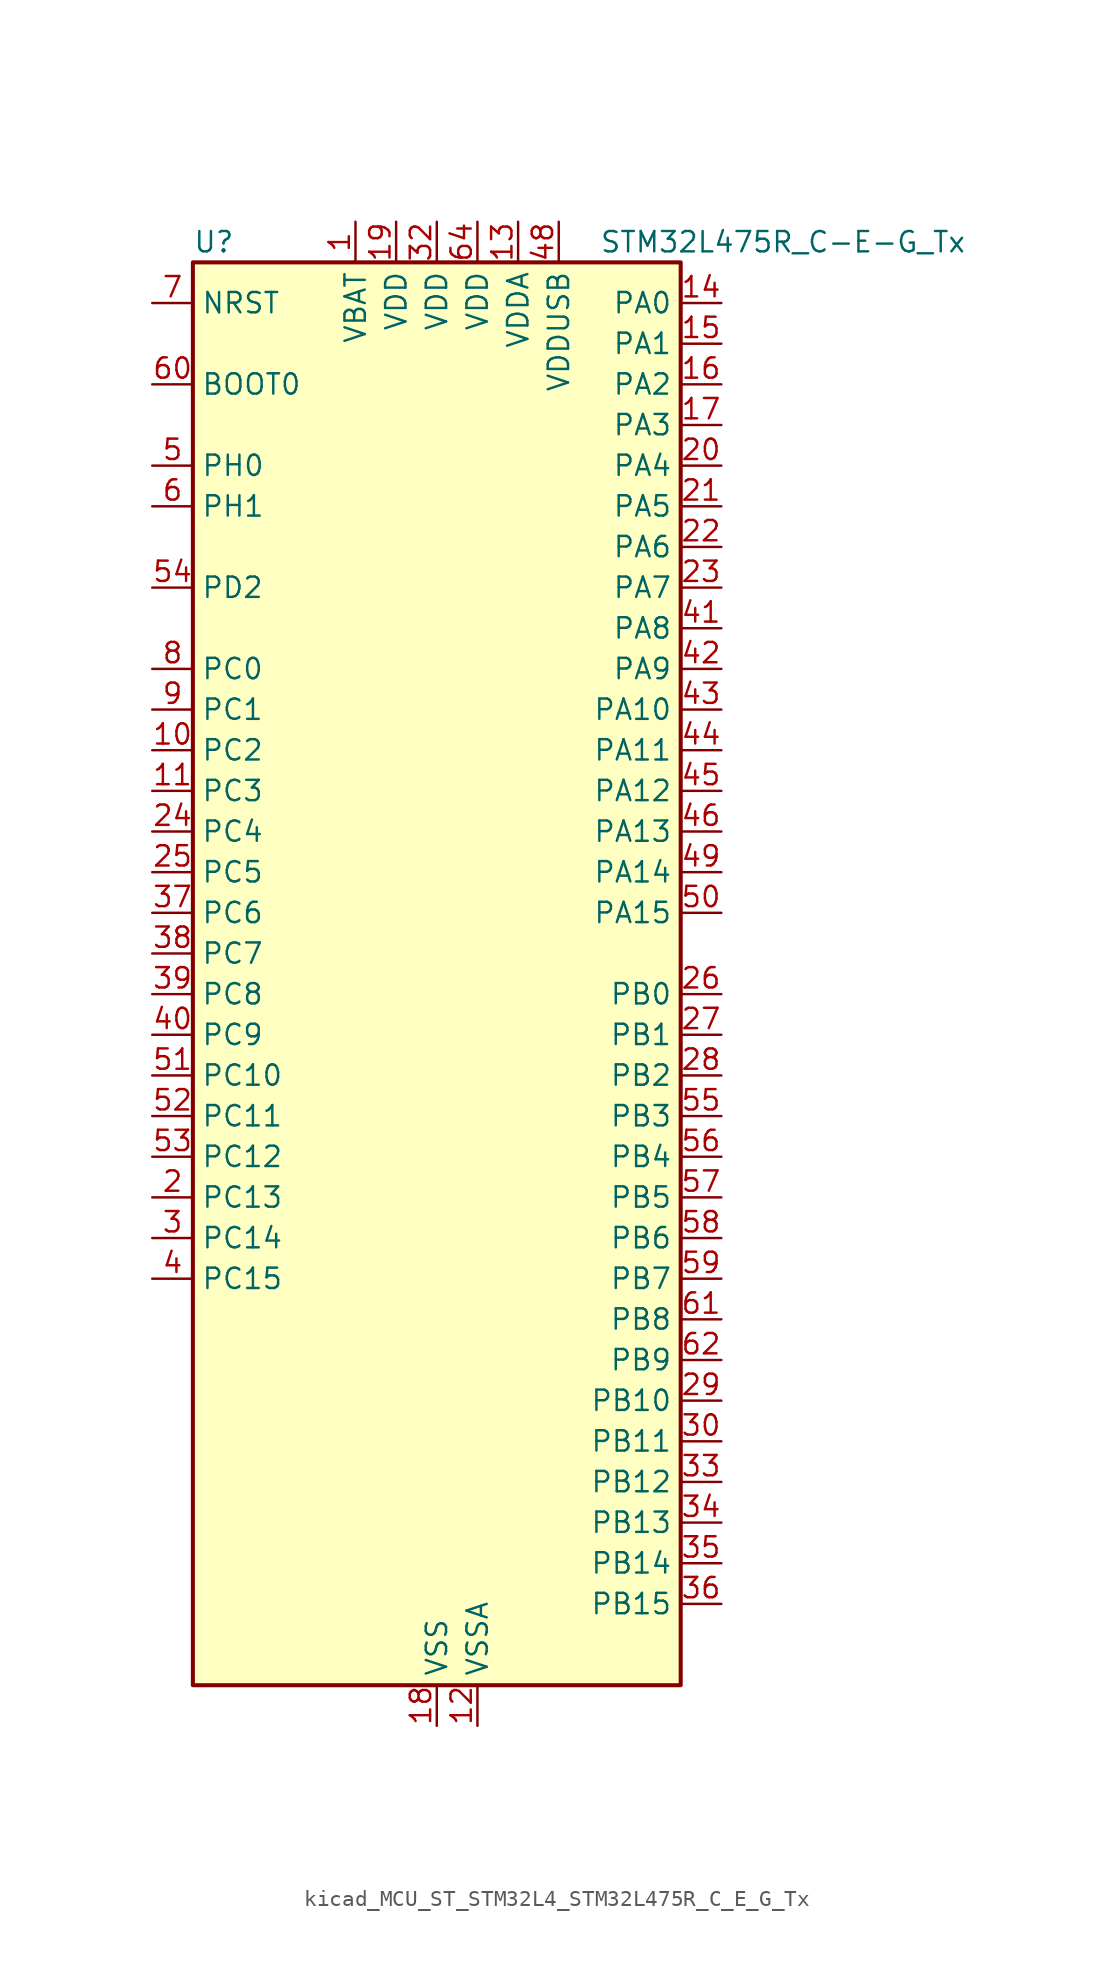
<source format=kicad_sym>
(kicad_symbol_lib
  (version 20220914)
  (generator kicad_symbol_editor)
  (symbol "kicad_MCU_ST_STM32L4_STM32L475R_C_E_G_Tx"
    (property "Reference" "U"
      (at -15.24 46.99 0)
      (effects (font (size 1.27 1.27)) (justify left)))
    (property "Value" "STM32L475R_C-E-G_Tx"
      (at 10.16 46.99 0)
      (effects (font (size 1.27 1.27)) (justify left)))
    (property "ki_locked" ""
      (at 0 0 0)
      (effects (font (size 1.27 1.27))))
    (symbol "kicad_MCU_ST_STM32L4_STM32L475R_C_E_G_Tx_0_1"
      (rectangle (start -15.24 -43.18) (end 15.24 45.72) (stroke (width 0.254) (type default)) (fill (type background))))
    (symbol "kicad_MCU_ST_STM32L4_STM32L475R_C_E_G_Tx_1_1"
      (pin power_in line (at -5.08 48.26 270) (length 2.54) (name "VBAT" (effects (font (size 1.27 1.27)))) (number "1" (effects (font (size 1.27 1.27)))))
      (pin bidirectional line (at -17.78 15.24 0) (length 2.54) (name "PC2" (effects (font (size 1.27 1.27)))) (number "10" (effects (font (size 1.27 1.27)))) (alternate "ADC1_IN3" bidirectional line) (alternate "ADC2_IN3" bidirectional line) (alternate "ADC3_IN3" bidirectional line) (alternate "DFSDM1_CKOUT" bidirectional line) (alternate "LPTIM1_IN2" bidirectional line) (alternate "SPI2_MISO" bidirectional line))
      (pin bidirectional line (at -17.78 12.7 0) (length 2.54) (name "PC3" (effects (font (size 1.27 1.27)))) (number "11" (effects (font (size 1.27 1.27)))) (alternate "ADC1_IN4" bidirectional line) (alternate "ADC2_IN4" bidirectional line) (alternate "ADC3_IN4" bidirectional line) (alternate "LPTIM1_ETR" bidirectional line) (alternate "LPTIM2_ETR" bidirectional line) (alternate "SAI1_SD_A" bidirectional line) (alternate "SPI2_MOSI" bidirectional line))
      (pin power_in line (at 2.54 -45.72 90) (length 2.54) (name "VSSA" (effects (font (size 1.27 1.27)))) (number "12" (effects (font (size 1.27 1.27)))))
      (pin power_in line (at 5.08 48.26 270) (length 2.54) (name "VDDA" (effects (font (size 1.27 1.27)))) (number "13" (effects (font (size 1.27 1.27)))))
      (pin bidirectional line (at 17.78 43.18 180) (length 2.54) (name "PA0" (effects (font (size 1.27 1.27)))) (number "14" (effects (font (size 1.27 1.27)))) (alternate "ADC1_IN5" bidirectional line) (alternate "ADC2_IN5" bidirectional line) (alternate "OPAMP1_VINP" bidirectional line) (alternate "RTC_TAMP2" bidirectional line) (alternate "SAI1_EXTCLK" bidirectional line) (alternate "SYS_WKUP1" bidirectional line) (alternate "TIM2_CH1" bidirectional line) (alternate "TIM2_ETR" bidirectional line) (alternate "TIM5_CH1" bidirectional line) (alternate "TIM8_ETR" bidirectional line) (alternate "UART4_TX" bidirectional line) (alternate "USART2_CTS" bidirectional line))
      (pin bidirectional line (at 17.78 40.64 180) (length 2.54) (name "PA1" (effects (font (size 1.27 1.27)))) (number "15" (effects (font (size 1.27 1.27)))) (alternate "ADC1_IN6" bidirectional line) (alternate "ADC2_IN6" bidirectional line) (alternate "OPAMP1_VINM" bidirectional line) (alternate "TIM15_CH1N" bidirectional line) (alternate "TIM2_CH2" bidirectional line) (alternate "TIM5_CH2" bidirectional line) (alternate "UART4_RX" bidirectional line) (alternate "USART2_DE" bidirectional line) (alternate "USART2_RTS" bidirectional line))
      (pin bidirectional line (at 17.78 38.1 180) (length 2.54) (name "PA2" (effects (font (size 1.27 1.27)))) (number "16" (effects (font (size 1.27 1.27)))) (alternate "ADC1_IN7" bidirectional line) (alternate "ADC2_IN7" bidirectional line) (alternate "RCC_LSCO" bidirectional line) (alternate "SAI2_EXTCLK" bidirectional line) (alternate "SYS_WKUP4" bidirectional line) (alternate "TIM15_CH1" bidirectional line) (alternate "TIM2_CH3" bidirectional line) (alternate "TIM5_CH3" bidirectional line) (alternate "USART2_TX" bidirectional line))
      (pin bidirectional line (at 17.78 35.56 180) (length 2.54) (name "PA3" (effects (font (size 1.27 1.27)))) (number "17" (effects (font (size 1.27 1.27)))) (alternate "ADC1_IN8" bidirectional line) (alternate "ADC2_IN8" bidirectional line) (alternate "OPAMP1_VOUT" bidirectional line) (alternate "TIM15_CH2" bidirectional line) (alternate "TIM2_CH4" bidirectional line) (alternate "TIM5_CH4" bidirectional line) (alternate "USART2_RX" bidirectional line))
      (pin power_in line (at 0 -45.72 90) (length 2.54) (name "VSS" (effects (font (size 1.27 1.27)))) (number "18" (effects (font (size 1.27 1.27)))))
      (pin power_in line (at -2.54 48.26 270) (length 2.54) (name "VDD" (effects (font (size 1.27 1.27)))) (number "19" (effects (font (size 1.27 1.27)))))
      (pin bidirectional line (at -17.78 -12.7 0) (length 2.54) (name "PC13" (effects (font (size 1.27 1.27)))) (number "2" (effects (font (size 1.27 1.27)))) (alternate "RTC_OUT_ALARM" bidirectional line) (alternate "RTC_OUT_CALIB" bidirectional line) (alternate "RTC_TAMP1" bidirectional line) (alternate "RTC_TS" bidirectional line) (alternate "SYS_WKUP2" bidirectional line))
      (pin bidirectional line (at 17.78 33.02 180) (length 2.54) (name "PA4" (effects (font (size 1.27 1.27)))) (number "20" (effects (font (size 1.27 1.27)))) (alternate "ADC1_IN9" bidirectional line) (alternate "ADC2_IN9" bidirectional line) (alternate "DAC1_OUT1" bidirectional line) (alternate "LPTIM2_OUT" bidirectional line) (alternate "SAI1_FS_B" bidirectional line) (alternate "SPI1_NSS" bidirectional line) (alternate "SPI3_NSS" bidirectional line) (alternate "USART2_CK" bidirectional line))
      (pin bidirectional line (at 17.78 30.48 180) (length 2.54) (name "PA5" (effects (font (size 1.27 1.27)))) (number "21" (effects (font (size 1.27 1.27)))) (alternate "ADC1_IN10" bidirectional line) (alternate "ADC2_IN10" bidirectional line) (alternate "DAC1_OUT2" bidirectional line) (alternate "LPTIM2_ETR" bidirectional line) (alternate "SPI1_SCK" bidirectional line) (alternate "TIM2_CH1" bidirectional line) (alternate "TIM2_ETR" bidirectional line) (alternate "TIM8_CH1N" bidirectional line))
      (pin bidirectional line (at 17.78 27.94 180) (length 2.54) (name "PA6" (effects (font (size 1.27 1.27)))) (number "22" (effects (font (size 1.27 1.27)))) (alternate "ADC1_IN11" bidirectional line) (alternate "ADC2_IN11" bidirectional line) (alternate "OPAMP2_VINP" bidirectional line) (alternate "QUADSPI_BK1_IO3" bidirectional line) (alternate "SPI1_MISO" bidirectional line) (alternate "TIM16_CH1" bidirectional line) (alternate "TIM1_BKIN" bidirectional line) (alternate "TIM1_BKIN_COMP2" bidirectional line) (alternate "TIM3_CH1" bidirectional line) (alternate "TIM8_BKIN" bidirectional line) (alternate "TIM8_BKIN_COMP2" bidirectional line) (alternate "USART3_CTS" bidirectional line))
      (pin bidirectional line (at 17.78 25.4 180) (length 2.54) (name "PA7" (effects (font (size 1.27 1.27)))) (number "23" (effects (font (size 1.27 1.27)))) (alternate "ADC1_IN12" bidirectional line) (alternate "ADC2_IN12" bidirectional line) (alternate "OPAMP2_VINM" bidirectional line) (alternate "QUADSPI_BK1_IO2" bidirectional line) (alternate "SPI1_MOSI" bidirectional line) (alternate "TIM17_CH1" bidirectional line) (alternate "TIM1_CH1N" bidirectional line) (alternate "TIM3_CH2" bidirectional line) (alternate "TIM8_CH1N" bidirectional line))
      (pin bidirectional line (at -17.78 10.16 0) (length 2.54) (name "PC4" (effects (font (size 1.27 1.27)))) (number "24" (effects (font (size 1.27 1.27)))) (alternate "ADC1_IN13" bidirectional line) (alternate "ADC2_IN13" bidirectional line) (alternate "COMP1_INM" bidirectional line) (alternate "USART3_TX" bidirectional line))
      (pin bidirectional line (at -17.78 7.62 0) (length 2.54) (name "PC5" (effects (font (size 1.27 1.27)))) (number "25" (effects (font (size 1.27 1.27)))) (alternate "ADC1_IN14" bidirectional line) (alternate "ADC2_IN14" bidirectional line) (alternate "COMP1_INP" bidirectional line) (alternate "SYS_WKUP5" bidirectional line) (alternate "USART3_RX" bidirectional line))
      (pin bidirectional line (at 17.78 0 180) (length 2.54) (name "PB0" (effects (font (size 1.27 1.27)))) (number "26" (effects (font (size 1.27 1.27)))) (alternate "ADC1_IN15" bidirectional line) (alternate "ADC2_IN15" bidirectional line) (alternate "COMP1_OUT" bidirectional line) (alternate "OPAMP2_VOUT" bidirectional line) (alternate "QUADSPI_BK1_IO1" bidirectional line) (alternate "TIM1_CH2N" bidirectional line) (alternate "TIM3_CH3" bidirectional line) (alternate "TIM8_CH2N" bidirectional line) (alternate "USART3_CK" bidirectional line))
      (pin bidirectional line (at 17.78 -2.54 180) (length 2.54) (name "PB1" (effects (font (size 1.27 1.27)))) (number "27" (effects (font (size 1.27 1.27)))) (alternate "ADC1_IN16" bidirectional line) (alternate "ADC2_IN16" bidirectional line) (alternate "COMP1_INM" bidirectional line) (alternate "DFSDM1_DATIN0" bidirectional line) (alternate "LPTIM2_IN1" bidirectional line) (alternate "QUADSPI_BK1_IO0" bidirectional line) (alternate "TIM1_CH3N" bidirectional line) (alternate "TIM3_CH4" bidirectional line) (alternate "TIM8_CH3N" bidirectional line) (alternate "USART3_DE" bidirectional line) (alternate "USART3_RTS" bidirectional line))
      (pin bidirectional line (at 17.78 -5.08 180) (length 2.54) (name "PB2" (effects (font (size 1.27 1.27)))) (number "28" (effects (font (size 1.27 1.27)))) (alternate "COMP1_INP" bidirectional line) (alternate "DFSDM1_CKIN0" bidirectional line) (alternate "I2C3_SMBA" bidirectional line) (alternate "LPTIM1_OUT" bidirectional line) (alternate "RTC_OUT_ALARM" bidirectional line) (alternate "RTC_OUT_CALIB" bidirectional line))
      (pin bidirectional line (at 17.78 -25.4 180) (length 2.54) (name "PB10" (effects (font (size 1.27 1.27)))) (number "29" (effects (font (size 1.27 1.27)))) (alternate "COMP1_OUT" bidirectional line) (alternate "DFSDM1_DATIN7" bidirectional line) (alternate "I2C2_SCL" bidirectional line) (alternate "LPUART1_RX" bidirectional line) (alternate "QUADSPI_CLK" bidirectional line) (alternate "SAI1_SCK_A" bidirectional line) (alternate "SPI2_SCK" bidirectional line) (alternate "TIM2_CH3" bidirectional line) (alternate "USART3_TX" bidirectional line))
      (pin bidirectional line (at -17.78 -15.24 0) (length 2.54) (name "PC14" (effects (font (size 1.27 1.27)))) (number "3" (effects (font (size 1.27 1.27)))) (alternate "RCC_OSC32_IN" bidirectional line))
      (pin bidirectional line (at 17.78 -27.94 180) (length 2.54) (name "PB11" (effects (font (size 1.27 1.27)))) (number "30" (effects (font (size 1.27 1.27)))) (alternate "ADC1_EXTI11" bidirectional line) (alternate "ADC2_EXTI11" bidirectional line) (alternate "ADC3_EXTI11" bidirectional line) (alternate "COMP2_OUT" bidirectional line) (alternate "DFSDM1_CKIN7" bidirectional line) (alternate "I2C2_SDA" bidirectional line) (alternate "LPUART1_TX" bidirectional line) (alternate "QUADSPI_NCS" bidirectional line) (alternate "TIM2_CH4" bidirectional line) (alternate "USART3_RX" bidirectional line))
      (pin passive line (at 0 -45.72 90) (length 2.54) hide (name "VSS" (effects (font (size 1.27 1.27)))) (number "31" (effects (font (size 1.27 1.27)))))
      (pin power_in line (at 0 48.26 270) (length 2.54) (name "VDD" (effects (font (size 1.27 1.27)))) (number "32" (effects (font (size 1.27 1.27)))))
      (pin bidirectional line (at 17.78 -30.48 180) (length 2.54) (name "PB12" (effects (font (size 1.27 1.27)))) (number "33" (effects (font (size 1.27 1.27)))) (alternate "DFSDM1_DATIN1" bidirectional line) (alternate "I2C2_SMBA" bidirectional line) (alternate "LPUART1_DE" bidirectional line) (alternate "LPUART1_RTS" bidirectional line) (alternate "SAI2_FS_A" bidirectional line) (alternate "SPI2_NSS" bidirectional line) (alternate "SWPMI1_IO" bidirectional line) (alternate "TIM15_BKIN" bidirectional line) (alternate "TIM1_BKIN" bidirectional line) (alternate "TIM1_BKIN_COMP2" bidirectional line) (alternate "TSC_G1_IO1" bidirectional line) (alternate "USART3_CK" bidirectional line))
      (pin bidirectional line (at 17.78 -33.02 180) (length 2.54) (name "PB13" (effects (font (size 1.27 1.27)))) (number "34" (effects (font (size 1.27 1.27)))) (alternate "DFSDM1_CKIN1" bidirectional line) (alternate "I2C2_SCL" bidirectional line) (alternate "LPUART1_CTS" bidirectional line) (alternate "SAI2_SCK_A" bidirectional line) (alternate "SPI2_SCK" bidirectional line) (alternate "SWPMI1_TX" bidirectional line) (alternate "TIM15_CH1N" bidirectional line) (alternate "TIM1_CH1N" bidirectional line) (alternate "TSC_G1_IO2" bidirectional line) (alternate "USART3_CTS" bidirectional line))
      (pin bidirectional line (at 17.78 -35.56 180) (length 2.54) (name "PB14" (effects (font (size 1.27 1.27)))) (number "35" (effects (font (size 1.27 1.27)))) (alternate "DFSDM1_DATIN2" bidirectional line) (alternate "I2C2_SDA" bidirectional line) (alternate "SAI2_MCLK_A" bidirectional line) (alternate "SPI2_MISO" bidirectional line) (alternate "SWPMI1_RX" bidirectional line) (alternate "TIM15_CH1" bidirectional line) (alternate "TIM1_CH2N" bidirectional line) (alternate "TIM8_CH2N" bidirectional line) (alternate "TSC_G1_IO3" bidirectional line) (alternate "USART3_DE" bidirectional line) (alternate "USART3_RTS" bidirectional line))
      (pin bidirectional line (at 17.78 -38.1 180) (length 2.54) (name "PB15" (effects (font (size 1.27 1.27)))) (number "36" (effects (font (size 1.27 1.27)))) (alternate "ADC1_EXTI15" bidirectional line) (alternate "ADC2_EXTI15" bidirectional line) (alternate "ADC3_EXTI15" bidirectional line) (alternate "DFSDM1_CKIN2" bidirectional line) (alternate "RTC_REFIN" bidirectional line) (alternate "SAI2_SD_A" bidirectional line) (alternate "SPI2_MOSI" bidirectional line) (alternate "SWPMI1_SUSPEND" bidirectional line) (alternate "TIM15_CH2" bidirectional line) (alternate "TIM1_CH3N" bidirectional line) (alternate "TIM8_CH3N" bidirectional line) (alternate "TSC_G1_IO4" bidirectional line))
      (pin bidirectional line (at -17.78 5.08 0) (length 2.54) (name "PC6" (effects (font (size 1.27 1.27)))) (number "37" (effects (font (size 1.27 1.27)))) (alternate "DFSDM1_CKIN3" bidirectional line) (alternate "SAI2_MCLK_A" bidirectional line) (alternate "SDMMC1_D6" bidirectional line) (alternate "TIM3_CH1" bidirectional line) (alternate "TIM8_CH1" bidirectional line) (alternate "TSC_G4_IO1" bidirectional line))
      (pin bidirectional line (at -17.78 2.54 0) (length 2.54) (name "PC7" (effects (font (size 1.27 1.27)))) (number "38" (effects (font (size 1.27 1.27)))) (alternate "DFSDM1_DATIN3" bidirectional line) (alternate "SAI2_MCLK_B" bidirectional line) (alternate "SDMMC1_D7" bidirectional line) (alternate "TIM3_CH2" bidirectional line) (alternate "TIM8_CH2" bidirectional line) (alternate "TSC_G4_IO2" bidirectional line))
      (pin bidirectional line (at -17.78 0 0) (length 2.54) (name "PC8" (effects (font (size 1.27 1.27)))) (number "39" (effects (font (size 1.27 1.27)))) (alternate "SDMMC1_D0" bidirectional line) (alternate "TIM3_CH3" bidirectional line) (alternate "TIM8_CH3" bidirectional line) (alternate "TSC_G4_IO3" bidirectional line))
      (pin bidirectional line (at -17.78 -17.78 0) (length 2.54) (name "PC15" (effects (font (size 1.27 1.27)))) (number "4" (effects (font (size 1.27 1.27)))) (alternate "ADC1_EXTI15" bidirectional line) (alternate "ADC2_EXTI15" bidirectional line) (alternate "ADC3_EXTI15" bidirectional line) (alternate "RCC_OSC32_OUT" bidirectional line))
      (pin bidirectional line (at -17.78 -2.54 0) (length 2.54) (name "PC9" (effects (font (size 1.27 1.27)))) (number "40" (effects (font (size 1.27 1.27)))) (alternate "DAC1_EXTI9" bidirectional line) (alternate "SAI2_EXTCLK" bidirectional line) (alternate "SDMMC1_D1" bidirectional line) (alternate "TIM3_CH4" bidirectional line) (alternate "TIM8_BKIN2" bidirectional line) (alternate "TIM8_BKIN2_COMP1" bidirectional line) (alternate "TIM8_CH4" bidirectional line) (alternate "TSC_G4_IO4" bidirectional line) (alternate "USB_OTG_FS_NOE" bidirectional line))
      (pin bidirectional line (at 17.78 22.86 180) (length 2.54) (name "PA8" (effects (font (size 1.27 1.27)))) (number "41" (effects (font (size 1.27 1.27)))) (alternate "LPTIM2_OUT" bidirectional line) (alternate "RCC_MCO" bidirectional line) (alternate "TIM1_CH1" bidirectional line) (alternate "USART1_CK" bidirectional line) (alternate "USB_OTG_FS_SOF" bidirectional line))
      (pin bidirectional line (at 17.78 20.32 180) (length 2.54) (name "PA9" (effects (font (size 1.27 1.27)))) (number "42" (effects (font (size 1.27 1.27)))) (alternate "DAC1_EXTI9" bidirectional line) (alternate "TIM15_BKIN" bidirectional line) (alternate "TIM1_CH2" bidirectional line) (alternate "USART1_TX" bidirectional line) (alternate "USB_OTG_FS_VBUS" bidirectional line))
      (pin bidirectional line (at 17.78 17.78 180) (length 2.54) (name "PA10" (effects (font (size 1.27 1.27)))) (number "43" (effects (font (size 1.27 1.27)))) (alternate "TIM17_BKIN" bidirectional line) (alternate "TIM1_CH3" bidirectional line) (alternate "USART1_RX" bidirectional line) (alternate "USB_OTG_FS_ID" bidirectional line))
      (pin bidirectional line (at 17.78 15.24 180) (length 2.54) (name "PA11" (effects (font (size 1.27 1.27)))) (number "44" (effects (font (size 1.27 1.27)))) (alternate "ADC1_EXTI11" bidirectional line) (alternate "ADC2_EXTI11" bidirectional line) (alternate "ADC3_EXTI11" bidirectional line) (alternate "CAN1_RX" bidirectional line) (alternate "TIM1_BKIN2" bidirectional line) (alternate "TIM1_BKIN2_COMP1" bidirectional line) (alternate "TIM1_CH4" bidirectional line) (alternate "USART1_CTS" bidirectional line) (alternate "USB_OTG_FS_DM" bidirectional line))
      (pin bidirectional line (at 17.78 12.7 180) (length 2.54) (name "PA12" (effects (font (size 1.27 1.27)))) (number "45" (effects (font (size 1.27 1.27)))) (alternate "CAN1_TX" bidirectional line) (alternate "TIM1_ETR" bidirectional line) (alternate "USART1_DE" bidirectional line) (alternate "USART1_RTS" bidirectional line) (alternate "USB_OTG_FS_DP" bidirectional line))
      (pin bidirectional line (at 17.78 10.16 180) (length 2.54) (name "PA13" (effects (font (size 1.27 1.27)))) (number "46" (effects (font (size 1.27 1.27)))) (alternate "IR_OUT" bidirectional line) (alternate "SYS_JTMS-SWDIO" bidirectional line) (alternate "USB_OTG_FS_NOE" bidirectional line))
      (pin passive line (at 0 -45.72 90) (length 2.54) hide (name "VSS" (effects (font (size 1.27 1.27)))) (number "47" (effects (font (size 1.27 1.27)))))
      (pin power_in line (at 7.62 48.26 270) (length 2.54) (name "VDDUSB" (effects (font (size 1.27 1.27)))) (number "48" (effects (font (size 1.27 1.27)))))
      (pin bidirectional line (at 17.78 7.62 180) (length 2.54) (name "PA14" (effects (font (size 1.27 1.27)))) (number "49" (effects (font (size 1.27 1.27)))) (alternate "SYS_JTCK-SWCLK" bidirectional line))
      (pin bidirectional line (at -17.78 33.02 0) (length 2.54) (name "PH0" (effects (font (size 1.27 1.27)))) (number "5" (effects (font (size 1.27 1.27)))) (alternate "RCC_OSC_IN" bidirectional line))
      (pin bidirectional line (at 17.78 5.08 180) (length 2.54) (name "PA15" (effects (font (size 1.27 1.27)))) (number "50" (effects (font (size 1.27 1.27)))) (alternate "ADC1_EXTI15" bidirectional line) (alternate "ADC2_EXTI15" bidirectional line) (alternate "ADC3_EXTI15" bidirectional line) (alternate "SAI2_FS_B" bidirectional line) (alternate "SPI1_NSS" bidirectional line) (alternate "SPI3_NSS" bidirectional line) (alternate "SYS_JTDI" bidirectional line) (alternate "TIM2_CH1" bidirectional line) (alternate "TIM2_ETR" bidirectional line) (alternate "TSC_G3_IO1" bidirectional line) (alternate "UART4_DE" bidirectional line) (alternate "UART4_RTS" bidirectional line))
      (pin bidirectional line (at -17.78 -5.08 0) (length 2.54) (name "PC10" (effects (font (size 1.27 1.27)))) (number "51" (effects (font (size 1.27 1.27)))) (alternate "SAI2_SCK_B" bidirectional line) (alternate "SDMMC1_D2" bidirectional line) (alternate "SPI3_SCK" bidirectional line) (alternate "TSC_G3_IO2" bidirectional line) (alternate "UART4_TX" bidirectional line) (alternate "USART3_TX" bidirectional line))
      (pin bidirectional line (at -17.78 -7.62 0) (length 2.54) (name "PC11" (effects (font (size 1.27 1.27)))) (number "52" (effects (font (size 1.27 1.27)))) (alternate "ADC1_EXTI11" bidirectional line) (alternate "ADC2_EXTI11" bidirectional line) (alternate "ADC3_EXTI11" bidirectional line) (alternate "SAI2_MCLK_B" bidirectional line) (alternate "SDMMC1_D3" bidirectional line) (alternate "SPI3_MISO" bidirectional line) (alternate "TSC_G3_IO3" bidirectional line) (alternate "UART4_RX" bidirectional line) (alternate "USART3_RX" bidirectional line))
      (pin bidirectional line (at -17.78 -10.16 0) (length 2.54) (name "PC12" (effects (font (size 1.27 1.27)))) (number "53" (effects (font (size 1.27 1.27)))) (alternate "SAI2_SD_B" bidirectional line) (alternate "SDMMC1_CK" bidirectional line) (alternate "SPI3_MOSI" bidirectional line) (alternate "TSC_G3_IO4" bidirectional line) (alternate "UART5_TX" bidirectional line) (alternate "USART3_CK" bidirectional line))
      (pin bidirectional line (at -17.78 25.4 0) (length 2.54) (name "PD2" (effects (font (size 1.27 1.27)))) (number "54" (effects (font (size 1.27 1.27)))) (alternate "SDMMC1_CMD" bidirectional line) (alternate "TIM3_ETR" bidirectional line) (alternate "TSC_SYNC" bidirectional line) (alternate "UART5_RX" bidirectional line) (alternate "USART3_DE" bidirectional line) (alternate "USART3_RTS" bidirectional line))
      (pin bidirectional line (at 17.78 -7.62 180) (length 2.54) (name "PB3" (effects (font (size 1.27 1.27)))) (number "55" (effects (font (size 1.27 1.27)))) (alternate "COMP2_INM" bidirectional line) (alternate "SAI1_SCK_B" bidirectional line) (alternate "SPI1_SCK" bidirectional line) (alternate "SPI3_SCK" bidirectional line) (alternate "SYS_JTDO-SWO" bidirectional line) (alternate "TIM2_CH2" bidirectional line) (alternate "USART1_DE" bidirectional line) (alternate "USART1_RTS" bidirectional line))
      (pin bidirectional line (at 17.78 -10.16 180) (length 2.54) (name "PB4" (effects (font (size 1.27 1.27)))) (number "56" (effects (font (size 1.27 1.27)))) (alternate "COMP2_INP" bidirectional line) (alternate "SAI1_MCLK_B" bidirectional line) (alternate "SPI1_MISO" bidirectional line) (alternate "SPI3_MISO" bidirectional line) (alternate "SYS_JTRST" bidirectional line) (alternate "TIM17_BKIN" bidirectional line) (alternate "TIM3_CH1" bidirectional line) (alternate "TSC_G2_IO1" bidirectional line) (alternate "UART5_DE" bidirectional line) (alternate "UART5_RTS" bidirectional line) (alternate "USART1_CTS" bidirectional line))
      (pin bidirectional line (at 17.78 -12.7 180) (length 2.54) (name "PB5" (effects (font (size 1.27 1.27)))) (number "57" (effects (font (size 1.27 1.27)))) (alternate "COMP2_OUT" bidirectional line) (alternate "I2C1_SMBA" bidirectional line) (alternate "LPTIM1_IN1" bidirectional line) (alternate "SAI1_SD_B" bidirectional line) (alternate "SPI1_MOSI" bidirectional line) (alternate "SPI3_MOSI" bidirectional line) (alternate "TIM16_BKIN" bidirectional line) (alternate "TIM3_CH2" bidirectional line) (alternate "TSC_G2_IO2" bidirectional line) (alternate "UART5_CTS" bidirectional line) (alternate "USART1_CK" bidirectional line))
      (pin bidirectional line (at 17.78 -15.24 180) (length 2.54) (name "PB6" (effects (font (size 1.27 1.27)))) (number "58" (effects (font (size 1.27 1.27)))) (alternate "COMP2_INP" bidirectional line) (alternate "DFSDM1_DATIN5" bidirectional line) (alternate "I2C1_SCL" bidirectional line) (alternate "LPTIM1_ETR" bidirectional line) (alternate "SAI1_FS_B" bidirectional line) (alternate "TIM16_CH1N" bidirectional line) (alternate "TIM4_CH1" bidirectional line) (alternate "TIM8_BKIN2" bidirectional line) (alternate "TIM8_BKIN2_COMP2" bidirectional line) (alternate "TSC_G2_IO3" bidirectional line) (alternate "USART1_TX" bidirectional line))
      (pin bidirectional line (at 17.78 -17.78 180) (length 2.54) (name "PB7" (effects (font (size 1.27 1.27)))) (number "59" (effects (font (size 1.27 1.27)))) (alternate "COMP2_INM" bidirectional line) (alternate "DFSDM1_CKIN5" bidirectional line) (alternate "I2C1_SDA" bidirectional line) (alternate "LPTIM1_IN2" bidirectional line) (alternate "SYS_PVD_IN" bidirectional line) (alternate "TIM17_CH1N" bidirectional line) (alternate "TIM4_CH2" bidirectional line) (alternate "TIM8_BKIN" bidirectional line) (alternate "TIM8_BKIN_COMP1" bidirectional line) (alternate "TSC_G2_IO4" bidirectional line) (alternate "UART4_CTS" bidirectional line) (alternate "USART1_RX" bidirectional line))
      (pin bidirectional line (at -17.78 30.48 0) (length 2.54) (name "PH1" (effects (font (size 1.27 1.27)))) (number "6" (effects (font (size 1.27 1.27)))) (alternate "RCC_OSC_OUT" bidirectional line))
      (pin input line (at -17.78 38.1 0) (length 2.54) (name "BOOT0" (effects (font (size 1.27 1.27)))) (number "60" (effects (font (size 1.27 1.27)))))
      (pin bidirectional line (at 17.78 -20.32 180) (length 2.54) (name "PB8" (effects (font (size 1.27 1.27)))) (number "61" (effects (font (size 1.27 1.27)))) (alternate "CAN1_RX" bidirectional line) (alternate "DFSDM1_DATIN6" bidirectional line) (alternate "I2C1_SCL" bidirectional line) (alternate "SAI1_MCLK_A" bidirectional line) (alternate "SDMMC1_D4" bidirectional line) (alternate "TIM16_CH1" bidirectional line) (alternate "TIM4_CH3" bidirectional line))
      (pin bidirectional line (at 17.78 -22.86 180) (length 2.54) (name "PB9" (effects (font (size 1.27 1.27)))) (number "62" (effects (font (size 1.27 1.27)))) (alternate "CAN1_TX" bidirectional line) (alternate "DAC1_EXTI9" bidirectional line) (alternate "DFSDM1_CKIN6" bidirectional line) (alternate "I2C1_SDA" bidirectional line) (alternate "IR_OUT" bidirectional line) (alternate "SAI1_FS_A" bidirectional line) (alternate "SDMMC1_D5" bidirectional line) (alternate "SPI2_NSS" bidirectional line) (alternate "TIM17_CH1" bidirectional line) (alternate "TIM4_CH4" bidirectional line))
      (pin passive line (at 0 -45.72 90) (length 2.54) hide (name "VSS" (effects (font (size 1.27 1.27)))) (number "63" (effects (font (size 1.27 1.27)))))
      (pin power_in line (at 2.54 48.26 270) (length 2.54) (name "VDD" (effects (font (size 1.27 1.27)))) (number "64" (effects (font (size 1.27 1.27)))))
      (pin input line (at -17.78 43.18 0) (length 2.54) (name "NRST" (effects (font (size 1.27 1.27)))) (number "7" (effects (font (size 1.27 1.27)))))
      (pin bidirectional line (at -17.78 20.32 0) (length 2.54) (name "PC0" (effects (font (size 1.27 1.27)))) (number "8" (effects (font (size 1.27 1.27)))) (alternate "ADC1_IN1" bidirectional line) (alternate "ADC2_IN1" bidirectional line) (alternate "ADC3_IN1" bidirectional line) (alternate "DFSDM1_DATIN4" bidirectional line) (alternate "I2C3_SCL" bidirectional line) (alternate "LPTIM1_IN1" bidirectional line) (alternate "LPTIM2_IN1" bidirectional line) (alternate "LPUART1_RX" bidirectional line))
      (pin bidirectional line (at -17.78 17.78 0) (length 2.54) (name "PC1" (effects (font (size 1.27 1.27)))) (number "9" (effects (font (size 1.27 1.27)))) (alternate "ADC1_IN2" bidirectional line) (alternate "ADC2_IN2" bidirectional line) (alternate "ADC3_IN2" bidirectional line) (alternate "DFSDM1_CKIN4" bidirectional line) (alternate "I2C3_SDA" bidirectional line) (alternate "LPTIM1_OUT" bidirectional line) (alternate "LPUART1_TX" bidirectional line)))))
</source>
